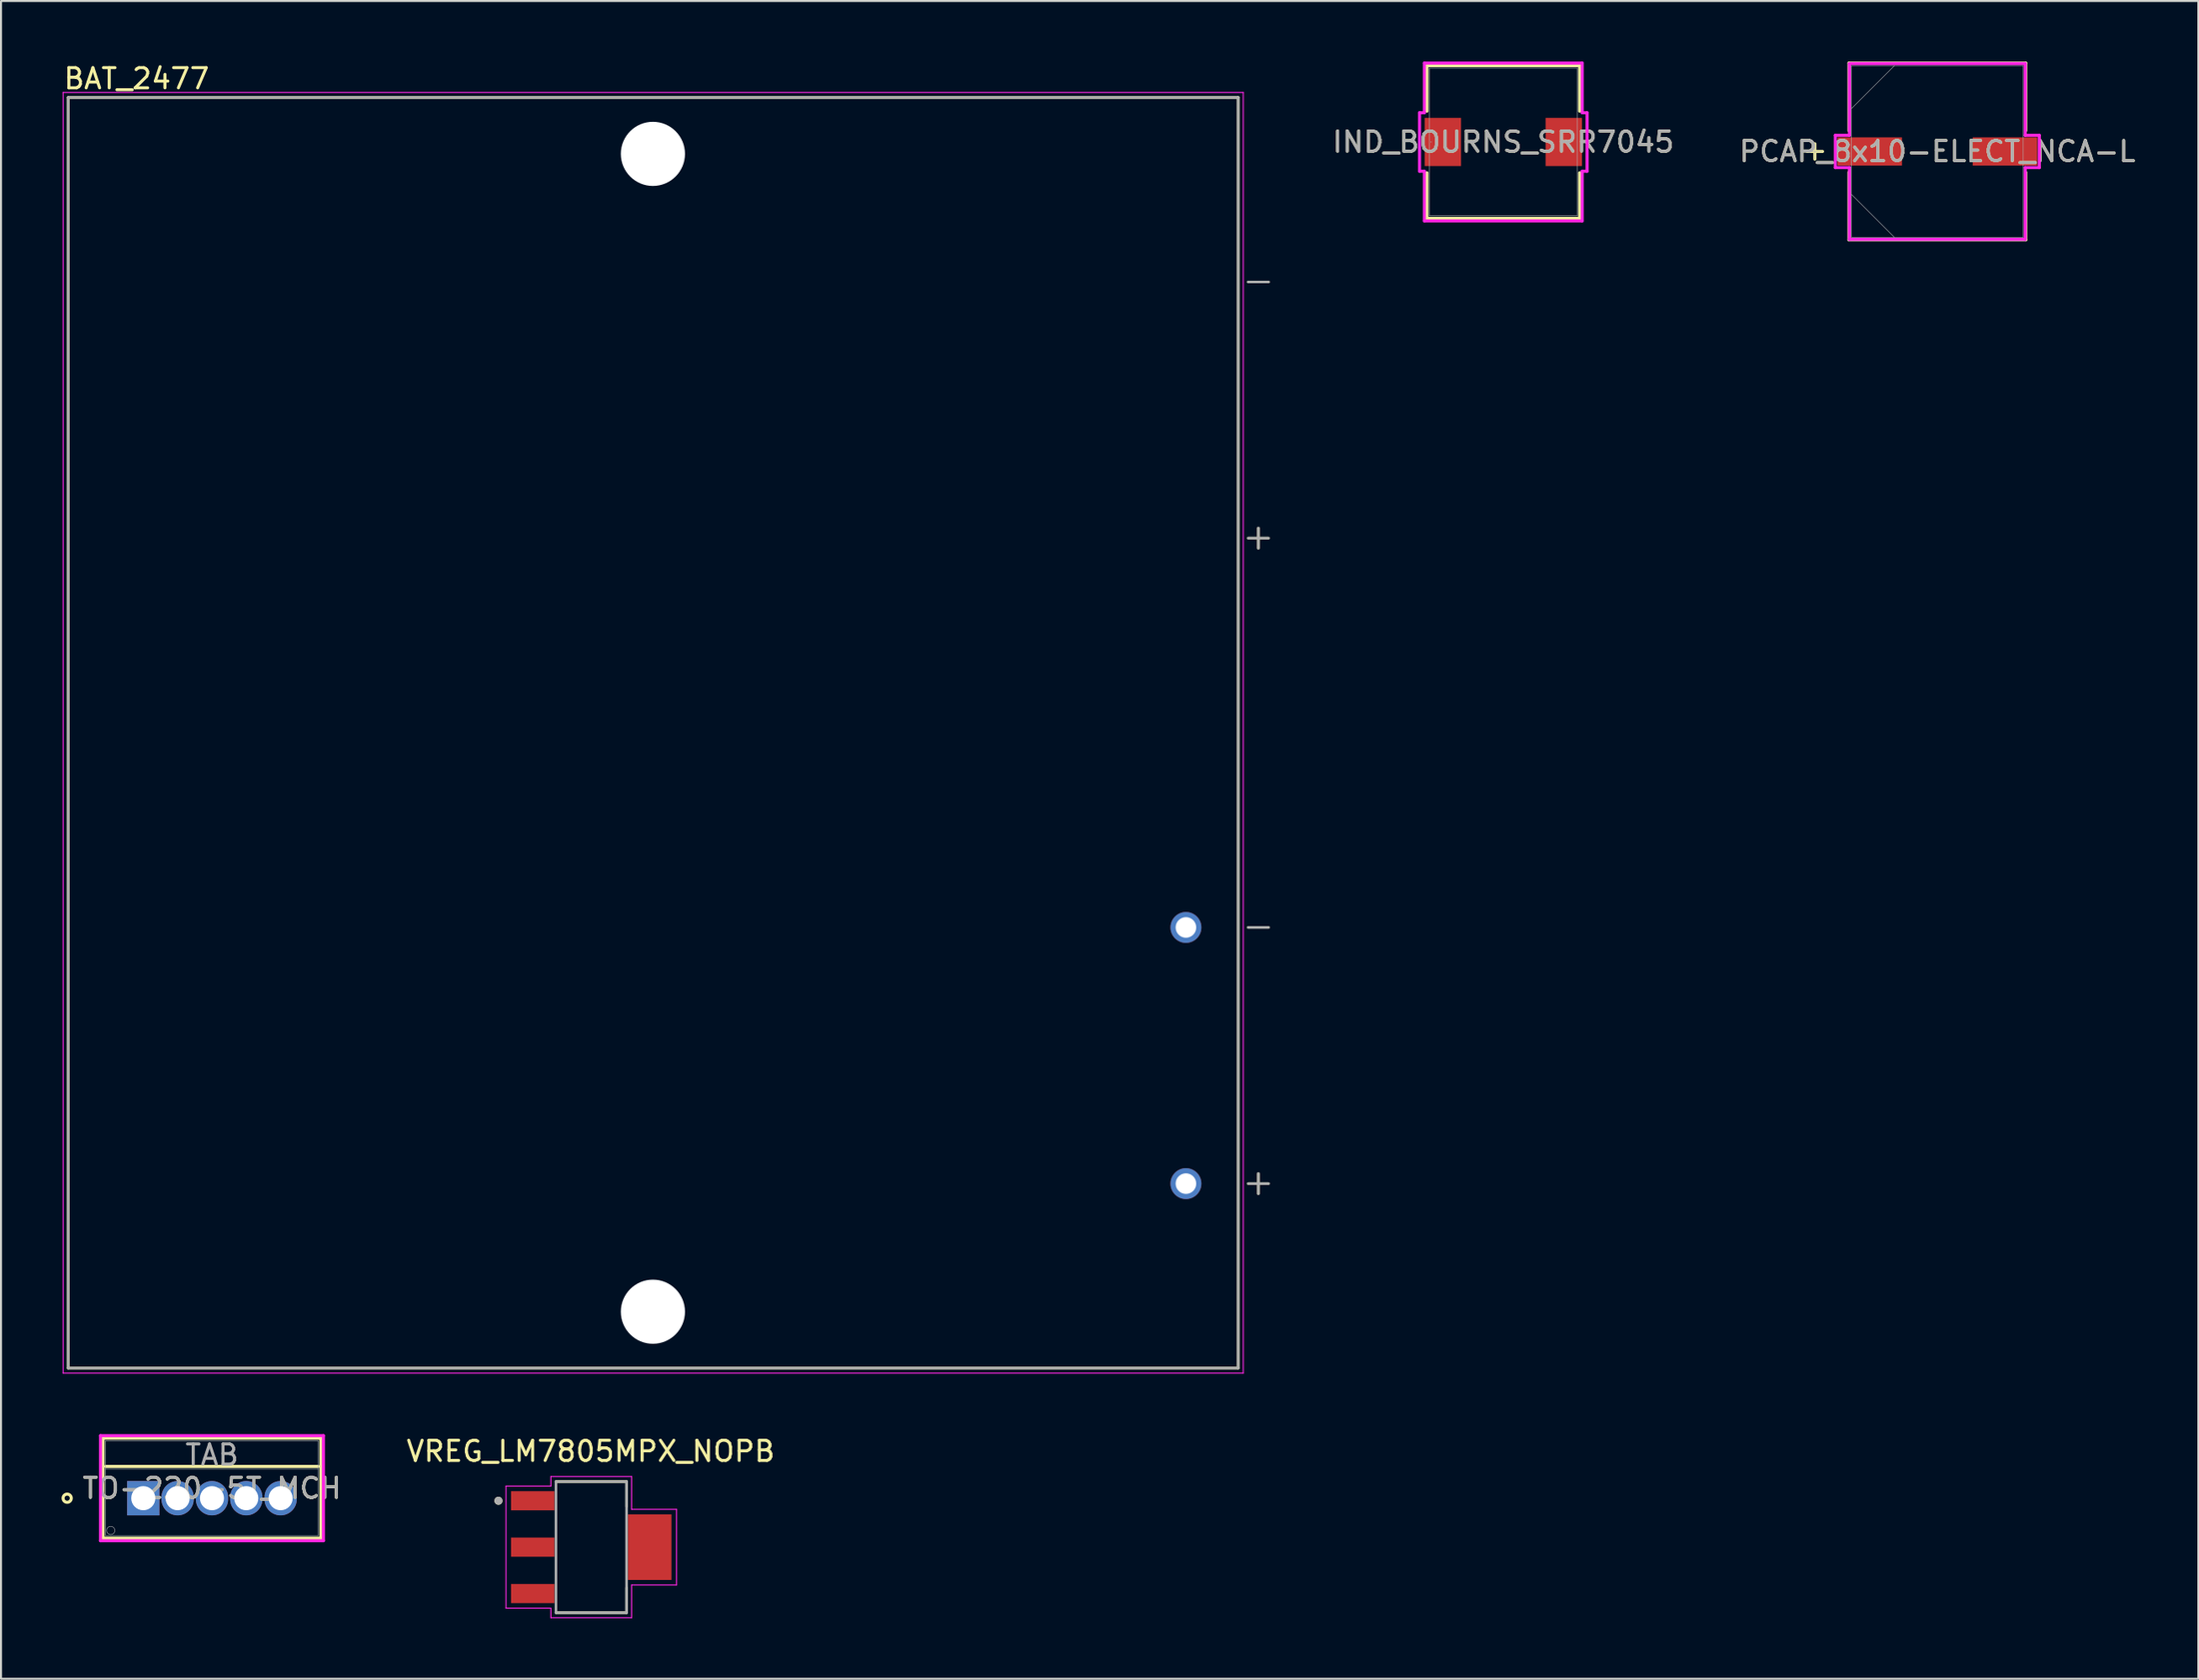
<source format=kicad_pcb>
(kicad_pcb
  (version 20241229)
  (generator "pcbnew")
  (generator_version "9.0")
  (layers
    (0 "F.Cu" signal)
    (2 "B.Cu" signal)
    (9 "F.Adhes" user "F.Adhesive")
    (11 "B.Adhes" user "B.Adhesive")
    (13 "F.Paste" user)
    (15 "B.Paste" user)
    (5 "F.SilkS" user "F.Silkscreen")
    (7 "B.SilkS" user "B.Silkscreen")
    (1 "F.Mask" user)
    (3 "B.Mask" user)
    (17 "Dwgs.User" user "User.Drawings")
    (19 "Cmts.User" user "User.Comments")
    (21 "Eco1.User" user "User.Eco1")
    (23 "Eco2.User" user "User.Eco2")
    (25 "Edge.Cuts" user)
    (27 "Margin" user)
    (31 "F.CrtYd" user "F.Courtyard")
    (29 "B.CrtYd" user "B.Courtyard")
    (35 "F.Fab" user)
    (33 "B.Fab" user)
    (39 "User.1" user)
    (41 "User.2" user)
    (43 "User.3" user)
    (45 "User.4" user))
  (footprint "IND_BOURNS_SRR7045"
    (layer "F.Cu")
    (at 71.461 3.988)
    (property "Reference" "IND_BOURNS_SRR7045" (at 0 0 0) (unlocked yes) (layer "F.SilkS") (effects (font (size 1 1) (thickness 0.15))))
    (attr smd)
    (fp_line (start -3.785 -3.785) (end -3.785 -1.527) (stroke (width 0.152) (type solid)) (layer "F.SilkS"))
    (fp_line (start -3.785 1.527) (end -3.785 3.785) (stroke (width 0.152) (type solid)) (layer "F.SilkS"))
    (fp_line (start -3.785 3.785) (end 3.785 3.785) (stroke (width 0.152) (type solid)) (layer "F.SilkS"))
    (fp_line (start 3.785 -3.785) (end -3.785 -3.785) (stroke (width 0.152) (type solid)) (layer "F.SilkS"))
    (fp_line (start 3.785 -1.527) (end 3.785 -3.785) (stroke (width 0.152) (type solid)) (layer "F.SilkS"))
    (fp_line (start 3.785 3.785) (end 3.785 1.527) (stroke (width 0.152) (type solid)) (layer "F.SilkS"))
    (fp_line (start -4.153 -1.448) (end -3.912 -1.448) (stroke (width 0.152) (type solid)) (layer "F.CrtYd"))
    (fp_line (start -4.153 1.448) (end -4.153 -1.448) (stroke (width 0.152) (type solid)) (layer "F.CrtYd"))
    (fp_line (start -3.912 -3.912) (end 3.912 -3.912) (stroke (width 0.152) (type solid)) (layer "F.CrtYd"))
    (fp_line (start -3.912 -1.448) (end -3.912 -3.912) (stroke (width 0.152) (type solid)) (layer "F.CrtYd"))
    (fp_line (start -3.912 1.448) (end -4.153 1.448) (stroke (width 0.152) (type solid)) (layer "F.CrtYd"))
    (fp_line (start -3.912 3.912) (end -3.912 1.448) (stroke (width 0.152) (type solid)) (layer "F.CrtYd"))
    (fp_line (start 3.912 -3.912) (end 3.912 -1.448) (stroke (width 0.152) (type solid)) (layer "F.CrtYd"))
    (fp_line (start 3.912 -1.448) (end 4.153 -1.448) (stroke (width 0.152) (type solid)) (layer "F.CrtYd"))
    (fp_line (start 3.912 1.448) (end 3.912 3.912) (stroke (width 0.152) (type solid)) (layer "F.CrtYd"))
    (fp_line (start 3.912 3.912) (end -3.912 3.912) (stroke (width 0.152) (type solid)) (layer "F.CrtYd"))
    (fp_line (start 4.153 -1.448) (end 4.153 1.448) (stroke (width 0.152) (type solid)) (layer "F.CrtYd"))
    (fp_line (start 4.153 1.448) (end 3.912 1.448) (stroke (width 0.152) (type solid)) (layer "F.CrtYd"))
    (fp_line (start -3.658 -3.658) (end -3.658 3.658) (stroke (width 0.025) (type solid)) (layer "F.Fab"))
    (fp_line (start -3.658 3.658) (end 3.658 3.658) (stroke (width 0.025) (type solid)) (layer "F.Fab"))
    (fp_line (start 3.658 -3.658) (end -3.658 -3.658) (stroke (width 0.025) (type solid)) (layer "F.Fab"))
    (fp_line (start 3.658 3.658) (end 3.658 -3.658) (stroke (width 0.025) (type solid)) (layer "F.Fab"))
    (fp_circle (center -3.581 0) (end -3.581 0) (stroke (width 0.025) (type solid)) (fill no) (layer "F.Fab"))
    (fp_text user "${REFERENCE}" (at 0 0 0) (unlocked yes) (layer "F.Fab") (effects (font (size 1 1) (thickness 0.15))))
    (pad "1" smd rect (at -2.997 0) (size 1.803 2.388) (layers "F.Cu" "F.Mask" "F.Paste"))
    (pad "2" smd rect (at 2.997 0) (size 1.803 2.388) (layers "F.Cu" "F.Mask" "F.Paste"))
    (zone (net_name "") (layer "F.Cu") (hatch full 0.508) (connect_pads) (min_thickness 0.254) (filled_areas_thickness no) (keepout (tracks not_allowed) (vias not_allowed) (pads allowed) (copperpour not_allowed) (footprints allowed)) (placement (enabled no)) (fill) (polygon (pts (xy 69.416 0.381) (xy 73.506 0.381) (xy 73.506 7.595) (xy 69.416 7.595)))))
  (footprint "BAT_2477"
    (layer "F.Cu")
    (at 29.325 33.278)
    (property "Reference" "BAT_2477" (at -25.605 -32.43 0) (layer "F.SilkS") (effects (font (size 1 1) (thickness 0.15))))
    (attr through_hole)
    (fp_line (start -28.995 -31.495) (end 28.995 -31.495) (stroke (width 0.127) (type solid)) (layer "F.SilkS"))
    (fp_line (start -28.995 31.495) (end -28.995 -31.495) (stroke (width 0.127) (type solid)) (layer "F.SilkS"))
    (fp_line (start 28.995 -31.495) (end 28.995 31.495) (stroke (width 0.127) (type solid)) (layer "F.SilkS"))
    (fp_line (start 28.995 31.495) (end -28.995 31.495) (stroke (width 0.127) (type solid)) (layer "F.SilkS"))
    (fp_line (start 29.495 -22.35) (end 30.495 -22.35) (stroke (width 0.127) (type solid)) (layer "F.SilkS"))
    (fp_line (start 29.495 -9.65) (end 30.495 -9.65) (stroke (width 0.127) (type solid)) (layer "F.SilkS"))
    (fp_line (start 29.495 9.65) (end 30.495 9.65) (stroke (width 0.127) (type solid)) (layer "F.SilkS"))
    (fp_line (start 29.495 22.35) (end 30.495 22.35) (stroke (width 0.127) (type solid)) (layer "F.SilkS"))
    (fp_line (start 29.995 -9.15) (end 29.995 -10.15) (stroke (width 0.127) (type solid)) (layer "F.SilkS"))
    (fp_line (start 29.995 21.85) (end 29.995 22.85) (stroke (width 0.127) (type solid)) (layer "F.SilkS"))
    (fp_line (start -29.245 -31.745) (end 29.245 -31.745) (stroke (width 0.05) (type solid)) (layer "F.CrtYd"))
    (fp_line (start -29.245 31.745) (end -29.245 -31.745) (stroke (width 0.05) (type solid)) (layer "F.CrtYd"))
    (fp_line (start 29.245 -31.745) (end 29.245 31.745) (stroke (width 0.05) (type solid)) (layer "F.CrtYd"))
    (fp_line (start 29.245 31.745) (end -29.245 31.745) (stroke (width 0.05) (type solid)) (layer "F.CrtYd"))
    (fp_line (start -28.995 -31.495) (end 28.995 -31.495) (stroke (width 0.127) (type solid)) (layer "F.Fab"))
    (fp_line (start -28.995 31.495) (end -28.995 -31.495) (stroke (width 0.127) (type solid)) (layer "F.Fab"))
    (fp_line (start 28.995 -31.495) (end 28.995 31.495) (stroke (width 0.127) (type solid)) (layer "F.Fab"))
    (fp_line (start 28.995 31.495) (end -28.995 31.495) (stroke (width 0.127) (type solid)) (layer "F.Fab"))
    (fp_line (start 29.495 -22.35) (end 30.495 -22.35) (stroke (width 0.127) (type solid)) (layer "F.Fab"))
    (fp_line (start 29.495 -9.65) (end 30.495 -9.65) (stroke (width 0.127) (type solid)) (layer "F.Fab"))
    (fp_line (start 29.495 9.65) (end 30.495 9.65) (stroke (width 0.127) (type solid)) (layer "F.Fab"))
    (fp_line (start 29.495 22.35) (end 30.495 22.35) (stroke (width 0.127) (type solid)) (layer "F.Fab"))
    (fp_line (start 29.995 -9.15) (end 29.995 -10.15) (stroke (width 0.127) (type solid)) (layer "F.Fab"))
    (fp_line (start 29.995 21.85) (end 29.995 22.85) (stroke (width 0.127) (type solid)) (layer "F.Fab"))
    (pad "" np_thru_hole circle (at -0.015 -28.7) (size 3.18 3.18) (drill 3.18) (layers "*.Cu" "*.Mask"))
    (pad "" np_thru_hole circle (at -0.015 28.7) (size 3.18 3.18) (drill 3.18) (layers "*.Cu" "*.Mask"))
    (pad "N" thru_hole circle (at 26.405 9.65) (size 1.53 1.53) (drill 1.02) (layers "*.Cu" "*.Mask"))
    (pad "P" thru_hole circle (at 26.405 22.35) (size 1.53 1.53) (drill 1.02) (layers "*.Cu" "*.Mask")))
  (footprint "TO-220-5T_MCH"
    (layer "F.Cu")
    (at 4.051 71.223)
    (property "Reference" "TO-220-5T_MCH" (at 3.404 -0.495 0) (unlocked yes) (layer "F.SilkS") (effects (font (size 1 1) (thickness 0.15))))
    (attr through_hole)
    (fp_line (start -1.994 -2.972) (end -1.994 1.981) (stroke (width 0.152) (type solid)) (layer "F.SilkS"))
    (fp_line (start -1.994 1.981) (end 8.801 1.981) (stroke (width 0.152) (type solid)) (layer "F.SilkS"))
    (fp_line (start -1.867 -1.575) (end 8.674 -1.575) (stroke (width 0.152) (type solid)) (layer "F.SilkS"))
    (fp_line (start 8.801 -2.972) (end -1.994 -2.972) (stroke (width 0.152) (type solid)) (layer "F.SilkS"))
    (fp_line (start 8.801 1.981) (end 8.801 -2.972) (stroke (width 0.152) (type solid)) (layer "F.SilkS"))
    (fp_circle (center -3.772 0) (end -3.569 0) (stroke (width 0.152) (type solid)) (fill no) (layer "F.SilkS"))
    (fp_line (start -2.121 -3.099) (end -2.121 2.108) (stroke (width 0.152) (type solid)) (layer "F.CrtYd"))
    (fp_line (start -2.121 2.108) (end 8.928 2.108) (stroke (width 0.152) (type solid)) (layer "F.CrtYd"))
    (fp_line (start 8.928 -3.099) (end -2.121 -3.099) (stroke (width 0.152) (type solid)) (layer "F.CrtYd"))
    (fp_line (start 8.928 2.108) (end 8.928 -3.099) (stroke (width 0.152) (type solid)) (layer "F.CrtYd"))
    (fp_line (start -1.867 -2.845) (end -1.867 1.854) (stroke (width 0.025) (type solid)) (layer "F.Fab"))
    (fp_line (start -1.867 -1.448) (end 8.674 -1.448) (stroke (width 0.025) (type solid)) (layer "F.Fab"))
    (fp_line (start -1.867 1.854) (end 8.674 1.854) (stroke (width 0.025) (type solid)) (layer "F.Fab"))
    (fp_line (start 8.674 -2.845) (end -1.867 -2.845) (stroke (width 0.025) (type solid)) (layer "F.Fab"))
    (fp_line (start 8.674 1.854) (end 8.674 -2.845) (stroke (width 0.025) (type solid)) (layer "F.Fab"))
    (fp_circle (center -1.613 1.6) (end -1.41 1.6) (stroke (width 0.025) (type solid)) (fill no) (layer "F.Fab"))
    (fp_text user "TAB" (at 3.404 -2.146 0) (unlocked yes) (layer "F.Fab") (effects (font (size 1 1) (thickness 0.15))))
    (fp_text user "${REFERENCE}" (at 3.404 -0.495 0) (unlocked yes) (layer "F.Fab") (effects (font (size 1 1) (thickness 0.15))))
    (pad "1" thru_hole rect (at 0 0) (size 1.6 1.702) (drill 1.194) (layers "*.Cu" "*.Mask"))
    (pad "2" thru_hole oval (at 1.702 0) (size 1.6 1.702) (drill 1.194) (layers "*.Cu" "*.Mask"))
    (pad "3" thru_hole oval (at 3.404 0) (size 1.6 1.702) (drill 1.194) (layers "*.Cu" "*.Mask"))
    (pad "4" thru_hole oval (at 5.105 0) (size 1.6 1.702) (drill 1.194) (layers "*.Cu" "*.Mask"))
    (pad "5" thru_hole oval (at 6.807 0) (size 1.6 1.702) (drill 1.194) (layers "*.Cu" "*.Mask")))
  (footprint "PCAP_8x10-ELECT_NCA-L"
    (layer "F.Cu")
    (at 92.973 4.458)
    (property "Reference" "PCAP_8x10-ELECT_NCA-L" (at 0 0 0) (unlocked yes) (layer "F.SilkS") (effects (font (size 1 1) (thickness 0.15))))
    (attr smd)
    (fp_line (start -6.071 -0.381) (end -6.071 0.381) (stroke (width 0.152) (type solid)) (layer "F.SilkS"))
    (fp_line (start -5.69 0) (end -6.452 0) (stroke (width 0.152) (type solid)) (layer "F.SilkS"))
    (fp_line (start -4.381 -4.381) (end -4.381 -1.031) (stroke (width 0.152) (type solid)) (layer "F.SilkS"))
    (fp_line (start -4.381 1.031) (end -4.381 4.381) (stroke (width 0.152) (type solid)) (layer "F.SilkS"))
    (fp_line (start -4.381 4.381) (end 4.381 4.381) (stroke (width 0.152) (type solid)) (layer "F.SilkS"))
    (fp_line (start 4.381 -4.381) (end -4.381 -4.381) (stroke (width 0.152) (type solid)) (layer "F.SilkS"))
    (fp_line (start 4.381 -1.031) (end 4.381 -4.381) (stroke (width 0.152) (type solid)) (layer "F.SilkS"))
    (fp_line (start 4.381 4.381) (end 4.381 1.031) (stroke (width 0.152) (type solid)) (layer "F.SilkS"))
    (fp_line (start -5.055 -0.8) (end -4.356 -0.8) (stroke (width 0.152) (type solid)) (layer "F.CrtYd"))
    (fp_line (start -5.055 0.8) (end -5.055 -0.8) (stroke (width 0.152) (type solid)) (layer "F.CrtYd"))
    (fp_line (start -4.356 -4.356) (end 4.356 -4.356) (stroke (width 0.152) (type solid)) (layer "F.CrtYd"))
    (fp_line (start -4.356 -0.8) (end -4.356 -4.356) (stroke (width 0.152) (type solid)) (layer "F.CrtYd"))
    (fp_line (start -4.356 0.8) (end -5.055 0.8) (stroke (width 0.152) (type solid)) (layer "F.CrtYd"))
    (fp_line (start -4.356 4.356) (end -4.356 0.8) (stroke (width 0.152) (type solid)) (layer "F.CrtYd"))
    (fp_line (start 4.356 -4.356) (end 4.356 -0.8) (stroke (width 0.152) (type solid)) (layer "F.CrtYd"))
    (fp_line (start 4.356 -0.8) (end 5.055 -0.8) (stroke (width 0.152) (type solid)) (layer "F.CrtYd"))
    (fp_line (start 4.356 0.8) (end 4.356 4.356) (stroke (width 0.152) (type solid)) (layer "F.CrtYd"))
    (fp_line (start 4.356 4.356) (end -4.356 4.356) (stroke (width 0.152) (type solid)) (layer "F.CrtYd"))
    (fp_line (start 5.055 -0.8) (end 5.055 0.8) (stroke (width 0.152) (type solid)) (layer "F.CrtYd"))
    (fp_line (start 5.055 0.8) (end 4.356 0.8) (stroke (width 0.152) (type solid)) (layer "F.CrtYd"))
    (fp_line (start -6.071 -0.381) (end -6.071 0.381) (stroke (width 0.025) (type solid)) (layer "F.Fab"))
    (fp_line (start -5.69 0) (end -6.452 0) (stroke (width 0.025) (type solid)) (layer "F.Fab"))
    (fp_line (start -4.255 -4.255) (end -4.255 4.255) (stroke (width 0.025) (type solid)) (layer "F.Fab"))
    (fp_line (start -4.255 -2.127) (end -2.127 -4.255) (stroke (width 0.025) (type solid)) (layer "F.Fab"))
    (fp_line (start -4.255 2.127) (end -2.127 4.255) (stroke (width 0.025) (type solid)) (layer "F.Fab"))
    (fp_line (start -4.255 4.255) (end 4.255 4.255) (stroke (width 0.025) (type solid)) (layer "F.Fab"))
    (fp_line (start 4.255 -4.255) (end -4.255 -4.255) (stroke (width 0.025) (type solid)) (layer "F.Fab"))
    (fp_line (start 4.255 4.255) (end 4.255 -4.255) (stroke (width 0.025) (type solid)) (layer "F.Fab"))
    (fp_text user "${REFERENCE}" (at 0 0 0) (unlocked yes) (layer "F.Fab") (effects (font (size 1 1) (thickness 0.15))))
    (pad "1" smd rect (at -3.353 0) (size 3.2 1.397) (layers "F.Cu" "F.Mask" "F.Paste"))
    (pad "2" smd rect (at 3.353 0) (size 3.2 1.397) (layers "F.Cu" "F.Mask" "F.Paste"))
    (zone (net_name "") (layer "F.Cu") (hatch full 0.508) (connect_pads) (min_thickness 0.254) (filled_areas_thickness no) (keepout (tracks not_allowed) (vias not_allowed) (pads allowed) (copperpour not_allowed) (footprints allowed)) (placement (enabled no)) (fill) (polygon (pts (xy 88.769 0.254) (xy 97.177 0.254) (xy 97.177 3.708) (xy 88.769 3.708))))
    (zone (net_name "") (layer "F.Cu") (hatch full 0.508) (connect_pads) (min_thickness 0.254) (filled_areas_thickness no) (keepout (tracks not_allowed) (vias not_allowed) (pads allowed) (copperpour not_allowed) (footprints allowed)) (placement (enabled no)) (fill) (polygon (pts (xy 88.769 5.207) (xy 97.177 5.207) (xy 97.177 8.661) (xy 88.769 8.661))))
    (zone (net_name "") (layer "F.Cu") (hatch full 0.508) (connect_pads) (min_thickness 0.254) (filled_areas_thickness no) (keepout (tracks not_allowed) (vias not_allowed) (pads allowed) (copperpour not_allowed) (footprints allowed)) (placement (enabled no)) (fill) (polygon (pts (xy 91.271 3.708) (xy 94.675 3.708) (xy 94.675 5.207) (xy 91.271 5.207)))))
  (footprint "VREG_LM7805MPX_NOPB"
    (layer "F.Cu")
    (at 26.254 73.65)
    (property "Reference" "VREG_LM7805MPX_NOPB" (at -0.025 -4.754 0) (layer "F.SilkS") (effects (font (size 1 1) (thickness 0.15))))
    (attr smd)
    (fp_line (start -1.75 -3.25) (end 1.75 -3.25) (stroke (width 0.127) (type solid)) (layer "F.SilkS"))
    (fp_line (start -1.75 3.25) (end 1.75 3.25) (stroke (width 0.127) (type solid)) (layer "F.SilkS"))
    (fp_line (start 1.75 -3.25) (end 1.75 -2.01) (stroke (width 0.127) (type solid)) (layer "F.SilkS"))
    (fp_line (start 1.75 3.25) (end 1.75 2.01) (stroke (width 0.127) (type solid)) (layer "F.SilkS"))
    (fp_circle (center -4.6 -2.3) (end -4.5 -2.3) (stroke (width 0.2) (type solid)) (fill no) (layer "F.SilkS"))
    (fp_line (start -4.225 -3.025) (end -4.225 3.025) (stroke (width 0.05) (type solid)) (layer "F.CrtYd"))
    (fp_line (start -4.225 3.025) (end -2 3.025) (stroke (width 0.05) (type solid)) (layer "F.CrtYd"))
    (fp_line (start -2 -3.5) (end -2 -3.025) (stroke (width 0.05) (type solid)) (layer "F.CrtYd"))
    (fp_line (start -2 -3.025) (end -4.225 -3.025) (stroke (width 0.05) (type solid)) (layer "F.CrtYd"))
    (fp_line (start -2 3.025) (end -2 3.5) (stroke (width 0.05) (type solid)) (layer "F.CrtYd"))
    (fp_line (start -2 3.5) (end 2 3.5) (stroke (width 0.05) (type solid)) (layer "F.CrtYd"))
    (fp_line (start 2 -3.5) (end -2 -3.5) (stroke (width 0.05) (type solid)) (layer "F.CrtYd"))
    (fp_line (start 2 -1.875) (end 2 -3.5) (stroke (width 0.05) (type solid)) (layer "F.CrtYd"))
    (fp_line (start 2 1.875) (end 4.225 1.875) (stroke (width 0.05) (type solid)) (layer "F.CrtYd"))
    (fp_line (start 2 3.5) (end 2 1.875) (stroke (width 0.05) (type solid)) (layer "F.CrtYd"))
    (fp_line (start 4.225 -1.875) (end 2 -1.875) (stroke (width 0.05) (type solid)) (layer "F.CrtYd"))
    (fp_line (start 4.225 1.875) (end 4.225 -1.875) (stroke (width 0.05) (type solid)) (layer "F.CrtYd"))
    (fp_line (start -1.75 -3.25) (end -1.75 3.25) (stroke (width 0.127) (type solid)) (layer "F.Fab"))
    (fp_line (start 1.75 -3.25) (end -1.75 -3.25) (stroke (width 0.127) (type solid)) (layer "F.Fab"))
    (fp_line (start 1.75 -3.25) (end 1.75 3.25) (stroke (width 0.127) (type solid)) (layer "F.Fab"))
    (fp_line (start 1.75 3.25) (end -1.75 3.25) (stroke (width 0.127) (type solid)) (layer "F.Fab"))
    (fp_circle (center -4.6 -2.3) (end -4.5 -2.3) (stroke (width 0.2) (type solid)) (fill no) (layer "F.Fab"))
    (pad "1" smd rect (at -2.9 -2.3) (size 2.15 0.95) (layers "F.Cu" "F.Mask" "F.Paste"))
    (pad "2" smd rect (at -2.9 0) (size 2.15 0.95) (layers "F.Cu" "F.Mask" "F.Paste"))
    (pad "3" smd rect (at -2.9 2.3) (size 2.15 0.95) (layers "F.Cu" "F.Mask" "F.Paste"))
    (pad "4" smd rect (at 2.9 0) (size 2.15 3.25) (layers "F.Cu" "F.Mask" "F.Paste")))
  (gr_rect
    (start -3 -3)
    (end 105.908 80.175)
    (stroke (width 0.1) (type default))
    (fill no)
    (layer "Edge.Cuts")))
</source>
